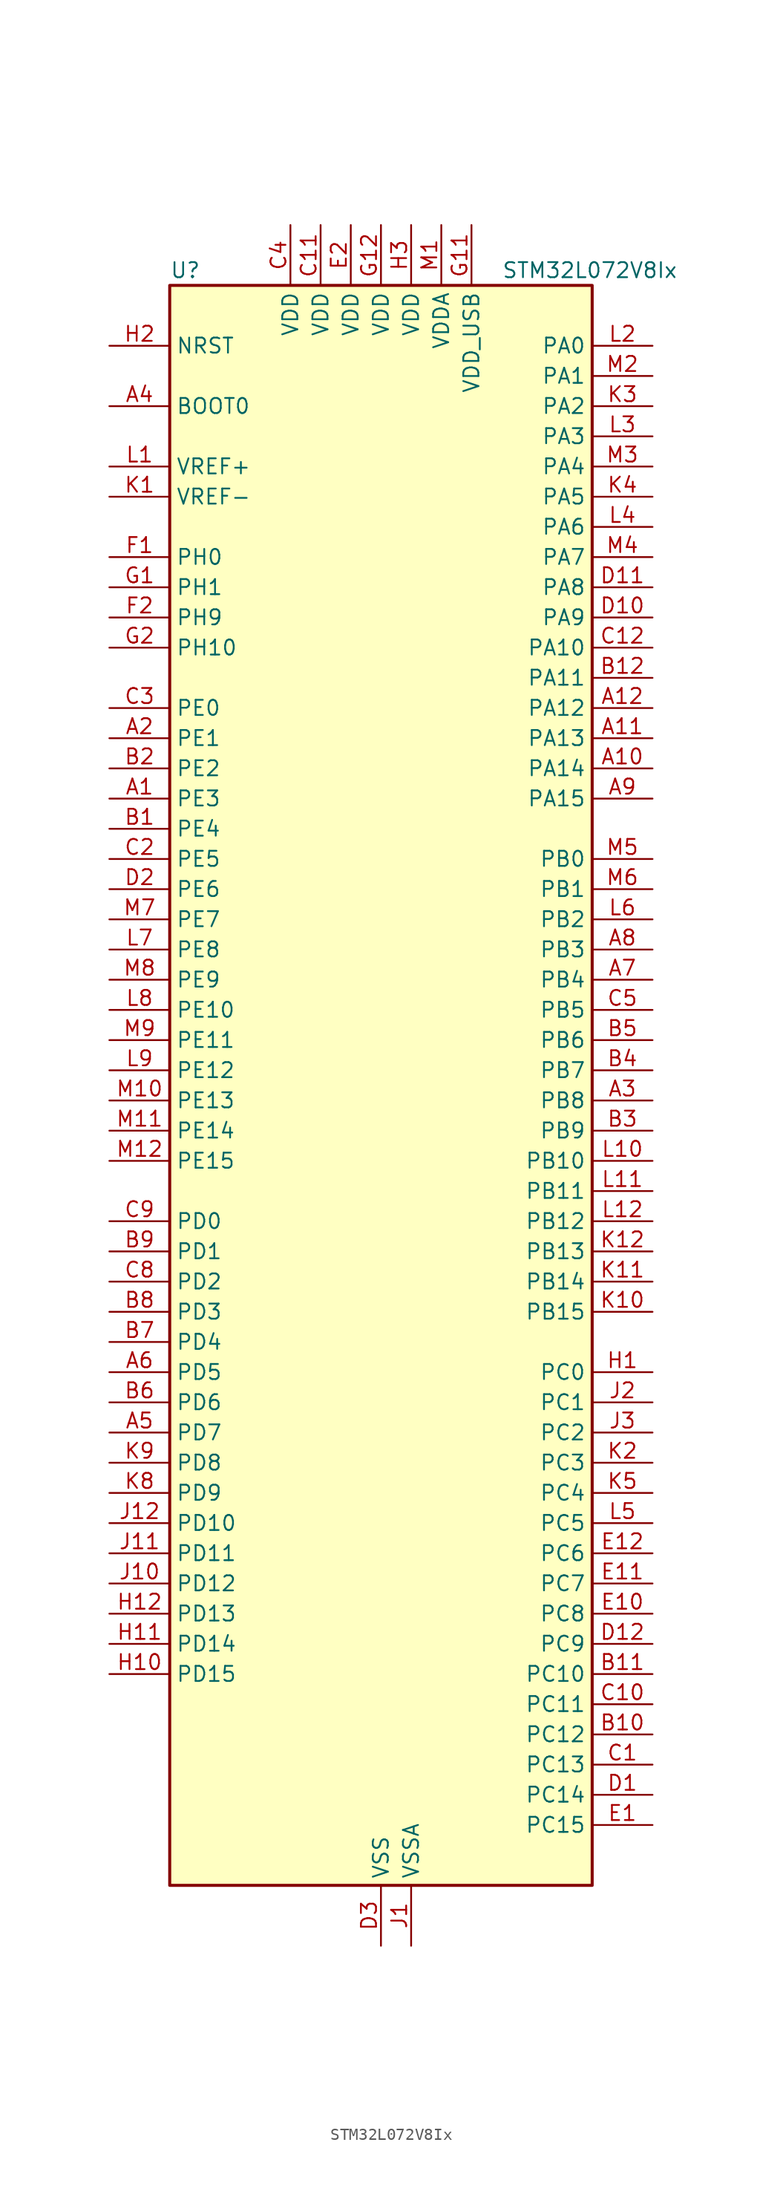
<source format=kicad_sym>
(kicad_symbol_lib
  (version 20241209)
  (generator "kicad_symbol_editor")
  (generator_version "9.0")
  (symbol "STM32L072V8Ix"
    (property "Reference" "U"
      (at -17.78 69.85 0)
      (effects (font (size 1.27 1.27)) (justify left)))
    (property "Value" "STM32L072V8Ix"
      (at 10.16 69.85 0)
      (effects (font (size 1.27 1.27)) (justify left)))
    (symbol "STM32L072V8Ix_0_1"
      (rectangle (start -17.78 -66.04) (end 17.78 68.58) (stroke (width 0.254) (type default)) (fill (type background))))
    (symbol "STM32L072V8Ix_1_1"
      (pin input line (at -22.86 63.5 0) (length 5.08) (name "NRST" (effects (font (size 1.27 1.27)))) (number "H2" (effects (font (size 1.27 1.27)))))
      (pin input line (at -22.86 58.42 0) (length 5.08) (name "BOOT0" (effects (font (size 1.27 1.27)))) (number "A4" (effects (font (size 1.27 1.27)))))
      (pin input line (at -22.86 53.34 0) (length 5.08) (name "VREF+" (effects (font (size 1.27 1.27)))) (number "L1" (effects (font (size 1.27 1.27)))))
      (pin input line (at -22.86 50.8 0) (length 5.08) (name "VREF-" (effects (font (size 1.27 1.27)))) (number "K1" (effects (font (size 1.27 1.27)))))
      (pin bidirectional line (at -22.86 45.72 0) (length 5.08) (name "PH0" (effects (font (size 1.27 1.27)))) (number "F1" (effects (font (size 1.27 1.27)))) (alternate "CRS_SYNC" bidirectional line) (alternate "RCC_OSC_IN" bidirectional line))
      (pin bidirectional line (at -22.86 43.18 0) (length 5.08) (name "PH1" (effects (font (size 1.27 1.27)))) (number "G1" (effects (font (size 1.27 1.27)))) (alternate "RCC_OSC_OUT" bidirectional line))
      (pin bidirectional line (at -22.86 40.64 0) (length 5.08) (name "PH9" (effects (font (size 1.27 1.27)))) (number "F2" (effects (font (size 1.27 1.27)))) (alternate "DAC_EXTI9" bidirectional line))
      (pin bidirectional line (at -22.86 38.1 0) (length 5.08) (name "PH10" (effects (font (size 1.27 1.27)))) (number "G2" (effects (font (size 1.27 1.27)))))
      (pin bidirectional line (at -22.86 33.02 0) (length 5.08) (name "PE0" (effects (font (size 1.27 1.27)))) (number "C3" (effects (font (size 1.27 1.27)))))
      (pin bidirectional line (at -22.86 30.48 0) (length 5.08) (name "PE1" (effects (font (size 1.27 1.27)))) (number "A2" (effects (font (size 1.27 1.27)))))
      (pin bidirectional line (at -22.86 27.94 0) (length 5.08) (name "PE2" (effects (font (size 1.27 1.27)))) (number "B2" (effects (font (size 1.27 1.27)))) (alternate "TIM3_ETR" bidirectional line))
      (pin bidirectional line (at -22.86 25.4 0) (length 5.08) (name "PE3" (effects (font (size 1.27 1.27)))) (number "A1" (effects (font (size 1.27 1.27)))) (alternate "TIM22_CH1" bidirectional line) (alternate "TIM3_CH1" bidirectional line))
      (pin bidirectional line (at -22.86 22.86 0) (length 5.08) (name "PE4" (effects (font (size 1.27 1.27)))) (number "B1" (effects (font (size 1.27 1.27)))) (alternate "TIM22_CH2" bidirectional line) (alternate "TIM3_CH2" bidirectional line))
      (pin bidirectional line (at -22.86 20.32 0) (length 5.08) (name "PE5" (effects (font (size 1.27 1.27)))) (number "C2" (effects (font (size 1.27 1.27)))) (alternate "TIM21_CH1" bidirectional line) (alternate "TIM3_CH3" bidirectional line))
      (pin bidirectional line (at -22.86 17.78 0) (length 5.08) (name "PE6" (effects (font (size 1.27 1.27)))) (number "D2" (effects (font (size 1.27 1.27)))) (alternate "RTC_TAMP3" bidirectional line) (alternate "SYS_WKUP3" bidirectional line) (alternate "TIM21_CH2" bidirectional line) (alternate "TIM3_CH4" bidirectional line))
      (pin bidirectional line (at -22.86 15.24 0) (length 5.08) (name "PE7" (effects (font (size 1.27 1.27)))) (number "M7" (effects (font (size 1.27 1.27)))) (alternate "USART5_CK" bidirectional line) (alternate "USART5_DE" bidirectional line) (alternate "USART5_RTS" bidirectional line))
      (pin bidirectional line (at -22.86 12.7 0) (length 5.08) (name "PE8" (effects (font (size 1.27 1.27)))) (number "L7" (effects (font (size 1.27 1.27)))) (alternate "USART4_TX" bidirectional line))
      (pin bidirectional line (at -22.86 10.16 0) (length 5.08) (name "PE9" (effects (font (size 1.27 1.27)))) (number "M8" (effects (font (size 1.27 1.27)))) (alternate "DAC_EXTI9" bidirectional line) (alternate "TIM2_CH1" bidirectional line) (alternate "TIM2_ETR" bidirectional line) (alternate "USART4_RX" bidirectional line))
      (pin bidirectional line (at -22.86 7.62 0) (length 5.08) (name "PE10" (effects (font (size 1.27 1.27)))) (number "L8" (effects (font (size 1.27 1.27)))) (alternate "TIM2_CH2" bidirectional line) (alternate "USART5_TX" bidirectional line))
      (pin bidirectional line (at -22.86 5.08 0) (length 5.08) (name "PE11" (effects (font (size 1.27 1.27)))) (number "M9" (effects (font (size 1.27 1.27)))) (alternate "ADC_EXTI11" bidirectional line) (alternate "TIM2_CH3" bidirectional line) (alternate "USART5_RX" bidirectional line))
      (pin bidirectional line (at -22.86 2.54 0) (length 5.08) (name "PE12" (effects (font (size 1.27 1.27)))) (number "L9" (effects (font (size 1.27 1.27)))) (alternate "SPI1_NSS" bidirectional line) (alternate "TIM2_CH4" bidirectional line))
      (pin bidirectional line (at -22.86 0 0) (length 5.08) (name "PE13" (effects (font (size 1.27 1.27)))) (number "M10" (effects (font (size 1.27 1.27)))) (alternate "SPI1_SCK" bidirectional line))
      (pin bidirectional line (at -22.86 -2.54 0) (length 5.08) (name "PE14" (effects (font (size 1.27 1.27)))) (number "M11" (effects (font (size 1.27 1.27)))) (alternate "SPI1_MISO" bidirectional line))
      (pin bidirectional line (at -22.86 -5.08 0) (length 5.08) (name "PE15" (effects (font (size 1.27 1.27)))) (number "M12" (effects (font (size 1.27 1.27)))) (alternate "SPI1_MOSI" bidirectional line))
      (pin bidirectional line (at -22.86 -10.16 0) (length 5.08) (name "PD0" (effects (font (size 1.27 1.27)))) (number "C9" (effects (font (size 1.27 1.27)))) (alternate "I2S2_WS" bidirectional line) (alternate "SPI2_NSS" bidirectional line) (alternate "TIM21_CH1" bidirectional line))
      (pin bidirectional line (at -22.86 -12.7 0) (length 5.08) (name "PD1" (effects (font (size 1.27 1.27)))) (number "B9" (effects (font (size 1.27 1.27)))) (alternate "I2S2_CK" bidirectional line) (alternate "SPI2_SCK" bidirectional line))
      (pin bidirectional line (at -22.86 -15.24 0) (length 5.08) (name "PD2" (effects (font (size 1.27 1.27)))) (number "C8" (effects (font (size 1.27 1.27)))) (alternate "LPUART1_DE" bidirectional line) (alternate "LPUART1_RTS" bidirectional line) (alternate "TIM3_ETR" bidirectional line) (alternate "USART5_RX" bidirectional line))
      (pin bidirectional line (at -22.86 -17.78 0) (length 5.08) (name "PD3" (effects (font (size 1.27 1.27)))) (number "B8" (effects (font (size 1.27 1.27)))) (alternate "I2S2_MCK" bidirectional line) (alternate "SPI2_MISO" bidirectional line) (alternate "USART2_CTS" bidirectional line))
      (pin bidirectional line (at -22.86 -20.32 0) (length 5.08) (name "PD4" (effects (font (size 1.27 1.27)))) (number "B7" (effects (font (size 1.27 1.27)))) (alternate "I2S2_SD" bidirectional line) (alternate "SPI2_MOSI" bidirectional line) (alternate "USART2_DE" bidirectional line) (alternate "USART2_RTS" bidirectional line))
      (pin bidirectional line (at -22.86 -22.86 0) (length 5.08) (name "PD5" (effects (font (size 1.27 1.27)))) (number "A6" (effects (font (size 1.27 1.27)))) (alternate "USART2_TX" bidirectional line))
      (pin bidirectional line (at -22.86 -25.4 0) (length 5.08) (name "PD6" (effects (font (size 1.27 1.27)))) (number "B6" (effects (font (size 1.27 1.27)))) (alternate "USART2_RX" bidirectional line))
      (pin bidirectional line (at -22.86 -27.94 0) (length 5.08) (name "PD7" (effects (font (size 1.27 1.27)))) (number "A5" (effects (font (size 1.27 1.27)))) (alternate "TIM21_CH2" bidirectional line) (alternate "USART2_CK" bidirectional line))
      (pin bidirectional line (at -22.86 -30.48 0) (length 5.08) (name "PD8" (effects (font (size 1.27 1.27)))) (number "K9" (effects (font (size 1.27 1.27)))) (alternate "LPUART1_TX" bidirectional line))
      (pin bidirectional line (at -22.86 -33.02 0) (length 5.08) (name "PD9" (effects (font (size 1.27 1.27)))) (number "K8" (effects (font (size 1.27 1.27)))) (alternate "DAC_EXTI9" bidirectional line) (alternate "LPUART1_RX" bidirectional line))
      (pin bidirectional line (at -22.86 -35.56 0) (length 5.08) (name "PD10" (effects (font (size 1.27 1.27)))) (number "J12" (effects (font (size 1.27 1.27)))))
      (pin bidirectional line (at -22.86 -38.1 0) (length 5.08) (name "PD11" (effects (font (size 1.27 1.27)))) (number "J11" (effects (font (size 1.27 1.27)))) (alternate "ADC_EXTI11" bidirectional line) (alternate "LPUART1_CTS" bidirectional line))
      (pin bidirectional line (at -22.86 -40.64 0) (length 5.08) (name "PD12" (effects (font (size 1.27 1.27)))) (number "J10" (effects (font (size 1.27 1.27)))) (alternate "LPUART1_DE" bidirectional line) (alternate "LPUART1_RTS" bidirectional line))
      (pin bidirectional line (at -22.86 -43.18 0) (length 5.08) (name "PD13" (effects (font (size 1.27 1.27)))) (number "H12" (effects (font (size 1.27 1.27)))))
      (pin bidirectional line (at -22.86 -45.72 0) (length 5.08) (name "PD14" (effects (font (size 1.27 1.27)))) (number "H11" (effects (font (size 1.27 1.27)))))
      (pin bidirectional line (at -22.86 -48.26 0) (length 5.08) (name "PD15" (effects (font (size 1.27 1.27)))) (number "H10" (effects (font (size 1.27 1.27)))) (alternate "CRS_SYNC" bidirectional line))
      (pin power_in line (at -7.62 73.66 270) (length 5.08) (name "VDD" (effects (font (size 1.27 1.27)))) (number "C4" (effects (font (size 1.27 1.27)))))
      (pin power_in line (at -5.08 73.66 270) (length 5.08) (name "VDD" (effects (font (size 1.27 1.27)))) (number "C11" (effects (font (size 1.27 1.27)))))
      (pin power_in line (at -2.54 73.66 270) (length 5.08) (name "VDD" (effects (font (size 1.27 1.27)))) (number "E2" (effects (font (size 1.27 1.27)))))
      (pin power_in line (at 0 73.66 270) (length 5.08) (name "VDD" (effects (font (size 1.27 1.27)))) (number "G12" (effects (font (size 1.27 1.27)))))
      (pin power_in line (at 0 -71.12 90) (length 5.08) (name "VSS" (effects (font (size 1.27 1.27)))) (number "D3" (effects (font (size 1.27 1.27)))))
      (pin passive line (at 0 -71.12 90) (length 5.08) (hide yes) (name "VSS" (effects (font (size 1.27 1.27)))) (number "E3" (effects (font (size 1.27 1.27)))))
      (pin passive line (at 0 -71.12 90) (length 5.08) (hide yes) (name "VSS" (effects (font (size 1.27 1.27)))) (number "F11" (effects (font (size 1.27 1.27)))))
      (pin passive line (at 0 -71.12 90) (length 5.08) (hide yes) (name "VSS" (effects (font (size 1.27 1.27)))) (number "F12" (effects (font (size 1.27 1.27)))))
      (pin power_in line (at 2.54 73.66 270) (length 5.08) (name "VDD" (effects (font (size 1.27 1.27)))) (number "H3" (effects (font (size 1.27 1.27)))))
      (pin power_in line (at 2.54 -71.12 90) (length 5.08) (name "VSSA" (effects (font (size 1.27 1.27)))) (number "J1" (effects (font (size 1.27 1.27)))))
      (pin power_in line (at 5.08 73.66 270) (length 5.08) (name "VDDA" (effects (font (size 1.27 1.27)))) (number "M1" (effects (font (size 1.27 1.27)))))
      (pin power_in line (at 7.62 73.66 270) (length 5.08) (name "VDD_USB" (effects (font (size 1.27 1.27)))) (number "G11" (effects (font (size 1.27 1.27)))))
      (pin bidirectional line (at 22.86 63.5 180) (length 5.08) (name "PA0" (effects (font (size 1.27 1.27)))) (number "L2" (effects (font (size 1.27 1.27)))) (alternate "ADC_IN0" bidirectional line) (alternate "COMP1_INM" bidirectional line) (alternate "COMP1_OUT" bidirectional line) (alternate "RTC_TAMP2" bidirectional line) (alternate "SYS_WKUP1" bidirectional line) (alternate "TIM2_CH1" bidirectional line) (alternate "TIM2_ETR" bidirectional line) (alternate "TSC_G1_IO1" bidirectional line) (alternate "USART2_CTS" bidirectional line) (alternate "USART4_TX" bidirectional line))
      (pin bidirectional line (at 22.86 60.96 180) (length 5.08) (name "PA1" (effects (font (size 1.27 1.27)))) (number "M2" (effects (font (size 1.27 1.27)))) (alternate "ADC_IN1" bidirectional line) (alternate "COMP1_INP" bidirectional line) (alternate "TIM21_ETR" bidirectional line) (alternate "TIM2_CH2" bidirectional line) (alternate "TSC_G1_IO2" bidirectional line) (alternate "USART2_DE" bidirectional line) (alternate "USART2_RTS" bidirectional line) (alternate "USART4_RX" bidirectional line))
      (pin bidirectional line (at 22.86 58.42 180) (length 5.08) (name "PA2" (effects (font (size 1.27 1.27)))) (number "K3" (effects (font (size 1.27 1.27)))) (alternate "ADC_IN2" bidirectional line) (alternate "COMP2_INM" bidirectional line) (alternate "COMP2_OUT" bidirectional line) (alternate "LPUART1_TX" bidirectional line) (alternate "TIM21_CH1" bidirectional line) (alternate "TIM2_CH3" bidirectional line) (alternate "TSC_G1_IO3" bidirectional line) (alternate "USART2_TX" bidirectional line))
      (pin bidirectional line (at 22.86 55.88 180) (length 5.08) (name "PA3" (effects (font (size 1.27 1.27)))) (number "L3" (effects (font (size 1.27 1.27)))) (alternate "ADC_IN3" bidirectional line) (alternate "COMP2_INP" bidirectional line) (alternate "LPUART1_RX" bidirectional line) (alternate "TIM21_CH2" bidirectional line) (alternate "TIM2_CH4" bidirectional line) (alternate "TSC_G1_IO4" bidirectional line) (alternate "USART2_RX" bidirectional line))
      (pin bidirectional line (at 22.86 53.34 180) (length 5.08) (name "PA4" (effects (font (size 1.27 1.27)))) (number "M3" (effects (font (size 1.27 1.27)))) (alternate "ADC_IN4" bidirectional line) (alternate "COMP1_INM" bidirectional line) (alternate "COMP2_INM" bidirectional line) (alternate "DAC_OUT1" bidirectional line) (alternate "SPI1_NSS" bidirectional line) (alternate "TIM22_ETR" bidirectional line) (alternate "TSC_G2_IO1" bidirectional line) (alternate "USART2_CK" bidirectional line))
      (pin bidirectional line (at 22.86 50.8 180) (length 5.08) (name "PA5" (effects (font (size 1.27 1.27)))) (number "K4" (effects (font (size 1.27 1.27)))) (alternate "ADC_IN5" bidirectional line) (alternate "COMP1_INM" bidirectional line) (alternate "COMP2_INM" bidirectional line) (alternate "DAC_OUT2" bidirectional line) (alternate "SPI1_SCK" bidirectional line) (alternate "TIM2_CH1" bidirectional line) (alternate "TIM2_ETR" bidirectional line) (alternate "TSC_G2_IO2" bidirectional line))
      (pin bidirectional line (at 22.86 48.26 180) (length 5.08) (name "PA6" (effects (font (size 1.27 1.27)))) (number "L4" (effects (font (size 1.27 1.27)))) (alternate "ADC_IN6" bidirectional line) (alternate "COMP1_OUT" bidirectional line) (alternate "LPUART1_CTS" bidirectional line) (alternate "SPI1_MISO" bidirectional line) (alternate "TIM22_CH1" bidirectional line) (alternate "TIM3_CH1" bidirectional line) (alternate "TSC_G2_IO3" bidirectional line))
      (pin bidirectional line (at 22.86 45.72 180) (length 5.08) (name "PA7" (effects (font (size 1.27 1.27)))) (number "M4" (effects (font (size 1.27 1.27)))) (alternate "ADC_IN7" bidirectional line) (alternate "COMP2_OUT" bidirectional line) (alternate "SPI1_MOSI" bidirectional line) (alternate "TIM22_CH2" bidirectional line) (alternate "TIM3_CH2" bidirectional line) (alternate "TSC_G2_IO4" bidirectional line))
      (pin bidirectional line (at 22.86 43.18 180) (length 5.08) (name "PA8" (effects (font (size 1.27 1.27)))) (number "D11" (effects (font (size 1.27 1.27)))) (alternate "CRS_SYNC" bidirectional line) (alternate "I2C3_SCL" bidirectional line) (alternate "RCC_MCO" bidirectional line) (alternate "USART1_CK" bidirectional line))
      (pin bidirectional line (at 22.86 40.64 180) (length 5.08) (name "PA9" (effects (font (size 1.27 1.27)))) (number "D10" (effects (font (size 1.27 1.27)))) (alternate "DAC_EXTI9" bidirectional line) (alternate "I2C1_SCL" bidirectional line) (alternate "I2C3_SMBA" bidirectional line) (alternate "RCC_MCO" bidirectional line) (alternate "TSC_G4_IO1" bidirectional line) (alternate "USART1_TX" bidirectional line))
      (pin bidirectional line (at 22.86 38.1 180) (length 5.08) (name "PA10" (effects (font (size 1.27 1.27)))) (number "C12" (effects (font (size 1.27 1.27)))) (alternate "I2C1_SDA" bidirectional line) (alternate "TSC_G4_IO2" bidirectional line) (alternate "USART1_RX" bidirectional line))
      (pin bidirectional line (at 22.86 35.56 180) (length 5.08) (name "PA11" (effects (font (size 1.27 1.27)))) (number "B12" (effects (font (size 1.27 1.27)))) (alternate "ADC_EXTI11" bidirectional line) (alternate "COMP1_OUT" bidirectional line) (alternate "SPI1_MISO" bidirectional line) (alternate "TSC_G4_IO3" bidirectional line) (alternate "USART1_CTS" bidirectional line) (alternate "USB_DM" bidirectional line))
      (pin bidirectional line (at 22.86 33.02 180) (length 5.08) (name "PA12" (effects (font (size 1.27 1.27)))) (number "A12" (effects (font (size 1.27 1.27)))) (alternate "COMP2_OUT" bidirectional line) (alternate "SPI1_MOSI" bidirectional line) (alternate "TSC_G4_IO4" bidirectional line) (alternate "USART1_DE" bidirectional line) (alternate "USART1_RTS" bidirectional line) (alternate "USB_DP" bidirectional line))
      (pin bidirectional line (at 22.86 30.48 180) (length 5.08) (name "PA13" (effects (font (size 1.27 1.27)))) (number "A11" (effects (font (size 1.27 1.27)))) (alternate "LPUART1_RX" bidirectional line) (alternate "SYS_SWDIO" bidirectional line) (alternate "USB_NOE" bidirectional line))
      (pin bidirectional line (at 22.86 27.94 180) (length 5.08) (name "PA14" (effects (font (size 1.27 1.27)))) (number "A10" (effects (font (size 1.27 1.27)))) (alternate "LPUART1_TX" bidirectional line) (alternate "SYS_SWCLK" bidirectional line) (alternate "USART2_TX" bidirectional line))
      (pin bidirectional line (at 22.86 25.4 180) (length 5.08) (name "PA15" (effects (font (size 1.27 1.27)))) (number "A9" (effects (font (size 1.27 1.27)))) (alternate "SPI1_NSS" bidirectional line) (alternate "TIM2_CH1" bidirectional line) (alternate "TIM2_ETR" bidirectional line) (alternate "USART2_RX" bidirectional line) (alternate "USART4_DE" bidirectional line) (alternate "USART4_RTS" bidirectional line))
      (pin bidirectional line (at 22.86 20.32 180) (length 5.08) (name "PB0" (effects (font (size 1.27 1.27)))) (number "M5" (effects (font (size 1.27 1.27)))) (alternate "ADC_IN8" bidirectional line) (alternate "SYS_VREF_OUT_PB0" bidirectional line) (alternate "TIM3_CH3" bidirectional line) (alternate "TSC_G3_IO2" bidirectional line))
      (pin bidirectional line (at 22.86 17.78 180) (length 5.08) (name "PB1" (effects (font (size 1.27 1.27)))) (number "M6" (effects (font (size 1.27 1.27)))) (alternate "ADC_IN9" bidirectional line) (alternate "LPUART1_DE" bidirectional line) (alternate "LPUART1_RTS" bidirectional line) (alternate "SYS_VREF_OUT_PB1" bidirectional line) (alternate "TIM3_CH4" bidirectional line) (alternate "TSC_G3_IO3" bidirectional line))
      (pin bidirectional line (at 22.86 15.24 180) (length 5.08) (name "PB2" (effects (font (size 1.27 1.27)))) (number "L6" (effects (font (size 1.27 1.27)))) (alternate "I2C3_SMBA" bidirectional line) (alternate "LPTIM1_OUT" bidirectional line) (alternate "TSC_G3_IO4" bidirectional line))
      (pin bidirectional line (at 22.86 12.7 180) (length 5.08) (name "PB3" (effects (font (size 1.27 1.27)))) (number "A8" (effects (font (size 1.27 1.27)))) (alternate "COMP2_INM" bidirectional line) (alternate "SPI1_SCK" bidirectional line) (alternate "TIM2_CH2" bidirectional line) (alternate "TSC_G5_IO1" bidirectional line) (alternate "USART1_DE" bidirectional line) (alternate "USART1_RTS" bidirectional line) (alternate "USART5_TX" bidirectional line))
      (pin bidirectional line (at 22.86 10.16 180) (length 5.08) (name "PB4" (effects (font (size 1.27 1.27)))) (number "A7" (effects (font (size 1.27 1.27)))) (alternate "COMP2_INP" bidirectional line) (alternate "I2C3_SDA" bidirectional line) (alternate "SPI1_MISO" bidirectional line) (alternate "TIM22_CH1" bidirectional line) (alternate "TIM3_CH1" bidirectional line) (alternate "TSC_G5_IO2" bidirectional line) (alternate "USART1_CTS" bidirectional line) (alternate "USART5_RX" bidirectional line))
      (pin bidirectional line (at 22.86 7.62 180) (length 5.08) (name "PB5" (effects (font (size 1.27 1.27)))) (number "C5" (effects (font (size 1.27 1.27)))) (alternate "COMP2_INP" bidirectional line) (alternate "I2C1_SMBA" bidirectional line) (alternate "LPTIM1_IN1" bidirectional line) (alternate "SPI1_MOSI" bidirectional line) (alternate "TIM22_CH2" bidirectional line) (alternate "TIM3_CH2" bidirectional line) (alternate "USART1_CK" bidirectional line) (alternate "USART5_CK" bidirectional line) (alternate "USART5_DE" bidirectional line) (alternate "USART5_RTS" bidirectional line))
      (pin bidirectional line (at 22.86 5.08 180) (length 5.08) (name "PB6" (effects (font (size 1.27 1.27)))) (number "B5" (effects (font (size 1.27 1.27)))) (alternate "COMP2_INP" bidirectional line) (alternate "I2C1_SCL" bidirectional line) (alternate "LPTIM1_ETR" bidirectional line) (alternate "TSC_G5_IO3" bidirectional line) (alternate "USART1_TX" bidirectional line))
      (pin bidirectional line (at 22.86 2.54 180) (length 5.08) (name "PB7" (effects (font (size 1.27 1.27)))) (number "B4" (effects (font (size 1.27 1.27)))) (alternate "COMP2_INP" bidirectional line) (alternate "I2C1_SDA" bidirectional line) (alternate "LPTIM1_IN2" bidirectional line) (alternate "SYS_PVD_IN" bidirectional line) (alternate "TSC_G5_IO4" bidirectional line) (alternate "USART1_RX" bidirectional line) (alternate "USART4_CTS" bidirectional line))
      (pin bidirectional line (at 22.86 0 180) (length 5.08) (name "PB8" (effects (font (size 1.27 1.27)))) (number "A3" (effects (font (size 1.27 1.27)))) (alternate "I2C1_SCL" bidirectional line) (alternate "TSC_SYNC" bidirectional line))
      (pin bidirectional line (at 22.86 -2.54 180) (length 5.08) (name "PB9" (effects (font (size 1.27 1.27)))) (number "B3" (effects (font (size 1.27 1.27)))) (alternate "DAC_EXTI9" bidirectional line) (alternate "I2C1_SDA" bidirectional line) (alternate "I2S2_WS" bidirectional line) (alternate "SPI2_NSS" bidirectional line))
      (pin bidirectional line (at 22.86 -5.08 180) (length 5.08) (name "PB10" (effects (font (size 1.27 1.27)))) (number "L10" (effects (font (size 1.27 1.27)))) (alternate "I2C2_SCL" bidirectional line) (alternate "LPUART1_RX" bidirectional line) (alternate "LPUART1_TX" bidirectional line) (alternate "SPI2_SCK" bidirectional line) (alternate "TIM2_CH3" bidirectional line) (alternate "TSC_SYNC" bidirectional line))
      (pin bidirectional line (at 22.86 -7.62 180) (length 5.08) (name "PB11" (effects (font (size 1.27 1.27)))) (number "L11" (effects (font (size 1.27 1.27)))) (alternate "ADC_EXTI11" bidirectional line) (alternate "I2C2_SDA" bidirectional line) (alternate "LPUART1_RX" bidirectional line) (alternate "LPUART1_TX" bidirectional line) (alternate "TIM2_CH4" bidirectional line) (alternate "TSC_G6_IO1" bidirectional line))
      (pin bidirectional line (at 22.86 -10.16 180) (length 5.08) (name "PB12" (effects (font (size 1.27 1.27)))) (number "L12" (effects (font (size 1.27 1.27)))) (alternate "I2S2_WS" bidirectional line) (alternate "LPUART1_DE" bidirectional line) (alternate "LPUART1_RTS" bidirectional line) (alternate "SPI2_NSS" bidirectional line) (alternate "TSC_G6_IO2" bidirectional line))
      (pin bidirectional line (at 22.86 -12.7 180) (length 5.08) (name "PB13" (effects (font (size 1.27 1.27)))) (number "K12" (effects (font (size 1.27 1.27)))) (alternate "I2C2_SCL" bidirectional line) (alternate "I2S2_CK" bidirectional line) (alternate "LPUART1_CTS" bidirectional line) (alternate "RCC_MCO" bidirectional line) (alternate "SPI2_SCK" bidirectional line) (alternate "TIM21_CH1" bidirectional line) (alternate "TSC_G6_IO3" bidirectional line))
      (pin bidirectional line (at 22.86 -15.24 180) (length 5.08) (name "PB14" (effects (font (size 1.27 1.27)))) (number "K11" (effects (font (size 1.27 1.27)))) (alternate "I2C2_SDA" bidirectional line) (alternate "I2S2_MCK" bidirectional line) (alternate "LPUART1_DE" bidirectional line) (alternate "LPUART1_RTS" bidirectional line) (alternate "RTC_OUT_ALARM" bidirectional line) (alternate "RTC_OUT_CALIB" bidirectional line) (alternate "SPI2_MISO" bidirectional line) (alternate "TIM21_CH2" bidirectional line) (alternate "TSC_G6_IO4" bidirectional line))
      (pin bidirectional line (at 22.86 -17.78 180) (length 5.08) (name "PB15" (effects (font (size 1.27 1.27)))) (number "K10" (effects (font (size 1.27 1.27)))) (alternate "I2S2_SD" bidirectional line) (alternate "RTC_REFIN" bidirectional line) (alternate "SPI2_MOSI" bidirectional line))
      (pin bidirectional line (at 22.86 -22.86 180) (length 5.08) (name "PC0" (effects (font (size 1.27 1.27)))) (number "H1" (effects (font (size 1.27 1.27)))) (alternate "ADC_IN10" bidirectional line) (alternate "I2C3_SCL" bidirectional line) (alternate "LPTIM1_IN1" bidirectional line) (alternate "LPUART1_RX" bidirectional line) (alternate "TSC_G7_IO1" bidirectional line))
      (pin bidirectional line (at 22.86 -25.4 180) (length 5.08) (name "PC1" (effects (font (size 1.27 1.27)))) (number "J2" (effects (font (size 1.27 1.27)))) (alternate "ADC_IN11" bidirectional line) (alternate "I2C3_SDA" bidirectional line) (alternate "LPTIM1_OUT" bidirectional line) (alternate "LPUART1_TX" bidirectional line) (alternate "TSC_G7_IO2" bidirectional line))
      (pin bidirectional line (at 22.86 -27.94 180) (length 5.08) (name "PC2" (effects (font (size 1.27 1.27)))) (number "J3" (effects (font (size 1.27 1.27)))) (alternate "ADC_IN12" bidirectional line) (alternate "I2S2_MCK" bidirectional line) (alternate "LPTIM1_IN2" bidirectional line) (alternate "SPI2_MISO" bidirectional line) (alternate "TSC_G7_IO3" bidirectional line))
      (pin bidirectional line (at 22.86 -30.48 180) (length 5.08) (name "PC3" (effects (font (size 1.27 1.27)))) (number "K2" (effects (font (size 1.27 1.27)))) (alternate "ADC_IN13" bidirectional line) (alternate "I2S2_SD" bidirectional line) (alternate "LPTIM1_ETR" bidirectional line) (alternate "SPI2_MOSI" bidirectional line) (alternate "TSC_G7_IO4" bidirectional line))
      (pin bidirectional line (at 22.86 -33.02 180) (length 5.08) (name "PC4" (effects (font (size 1.27 1.27)))) (number "K5" (effects (font (size 1.27 1.27)))) (alternate "ADC_IN14" bidirectional line) (alternate "LPUART1_TX" bidirectional line))
      (pin bidirectional line (at 22.86 -35.56 180) (length 5.08) (name "PC5" (effects (font (size 1.27 1.27)))) (number "L5" (effects (font (size 1.27 1.27)))) (alternate "ADC_IN15" bidirectional line) (alternate "LPUART1_RX" bidirectional line) (alternate "TSC_G3_IO1" bidirectional line))
      (pin bidirectional line (at 22.86 -38.1 180) (length 5.08) (name "PC6" (effects (font (size 1.27 1.27)))) (number "E12" (effects (font (size 1.27 1.27)))) (alternate "TIM22_CH1" bidirectional line) (alternate "TIM3_CH1" bidirectional line) (alternate "TSC_G8_IO1" bidirectional line))
      (pin bidirectional line (at 22.86 -40.64 180) (length 5.08) (name "PC7" (effects (font (size 1.27 1.27)))) (number "E11" (effects (font (size 1.27 1.27)))) (alternate "TIM22_CH2" bidirectional line) (alternate "TIM3_CH2" bidirectional line) (alternate "TSC_G8_IO2" bidirectional line))
      (pin bidirectional line (at 22.86 -43.18 180) (length 5.08) (name "PC8" (effects (font (size 1.27 1.27)))) (number "E10" (effects (font (size 1.27 1.27)))) (alternate "TIM22_ETR" bidirectional line) (alternate "TIM3_CH3" bidirectional line) (alternate "TSC_G8_IO3" bidirectional line))
      (pin bidirectional line (at 22.86 -45.72 180) (length 5.08) (name "PC9" (effects (font (size 1.27 1.27)))) (number "D12" (effects (font (size 1.27 1.27)))) (alternate "DAC_EXTI9" bidirectional line) (alternate "I2C3_SDA" bidirectional line) (alternate "TIM21_ETR" bidirectional line) (alternate "TIM3_CH4" bidirectional line) (alternate "TSC_G8_IO4" bidirectional line) (alternate "USB_NOE" bidirectional line))
      (pin bidirectional line (at 22.86 -48.26 180) (length 5.08) (name "PC10" (effects (font (size 1.27 1.27)))) (number "B11" (effects (font (size 1.27 1.27)))) (alternate "LPUART1_TX" bidirectional line) (alternate "USART4_TX" bidirectional line))
      (pin bidirectional line (at 22.86 -50.8 180) (length 5.08) (name "PC11" (effects (font (size 1.27 1.27)))) (number "C10" (effects (font (size 1.27 1.27)))) (alternate "ADC_EXTI11" bidirectional line) (alternate "LPUART1_RX" bidirectional line) (alternate "USART4_RX" bidirectional line))
      (pin bidirectional line (at 22.86 -53.34 180) (length 5.08) (name "PC12" (effects (font (size 1.27 1.27)))) (number "B10" (effects (font (size 1.27 1.27)))) (alternate "USART4_CK" bidirectional line) (alternate "USART5_TX" bidirectional line))
      (pin bidirectional line (at 22.86 -55.88 180) (length 5.08) (name "PC13" (effects (font (size 1.27 1.27)))) (number "C1" (effects (font (size 1.27 1.27)))) (alternate "RTC_OUT_ALARM" bidirectional line) (alternate "RTC_OUT_CALIB" bidirectional line) (alternate "RTC_TAMP1" bidirectional line) (alternate "RTC_TS" bidirectional line) (alternate "SYS_WKUP2" bidirectional line))
      (pin bidirectional line (at 22.86 -58.42 180) (length 5.08) (name "PC14" (effects (font (size 1.27 1.27)))) (number "D1" (effects (font (size 1.27 1.27)))) (alternate "RCC_OSC32_IN" bidirectional line))
      (pin bidirectional line (at 22.86 -60.96 180) (length 5.08) (name "PC15" (effects (font (size 1.27 1.27)))) (number "E1" (effects (font (size 1.27 1.27)))) (alternate "RCC_OSC32_OUT" bidirectional line)))))
</source>
